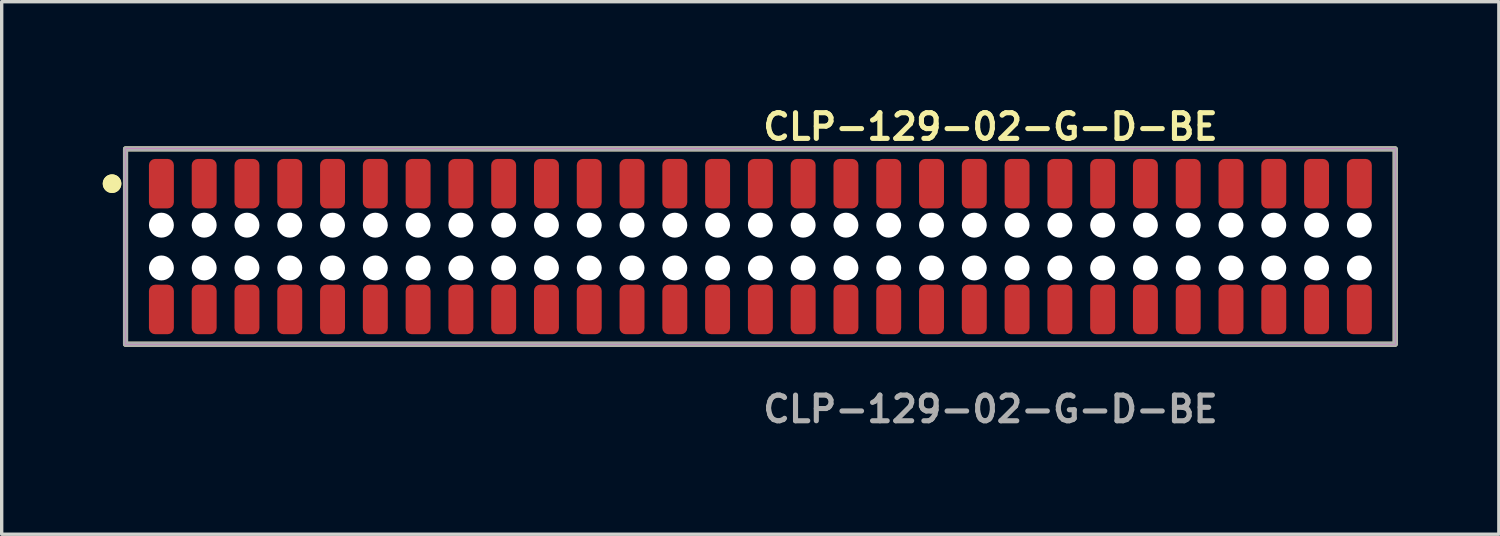
<source format=kicad_pcb>
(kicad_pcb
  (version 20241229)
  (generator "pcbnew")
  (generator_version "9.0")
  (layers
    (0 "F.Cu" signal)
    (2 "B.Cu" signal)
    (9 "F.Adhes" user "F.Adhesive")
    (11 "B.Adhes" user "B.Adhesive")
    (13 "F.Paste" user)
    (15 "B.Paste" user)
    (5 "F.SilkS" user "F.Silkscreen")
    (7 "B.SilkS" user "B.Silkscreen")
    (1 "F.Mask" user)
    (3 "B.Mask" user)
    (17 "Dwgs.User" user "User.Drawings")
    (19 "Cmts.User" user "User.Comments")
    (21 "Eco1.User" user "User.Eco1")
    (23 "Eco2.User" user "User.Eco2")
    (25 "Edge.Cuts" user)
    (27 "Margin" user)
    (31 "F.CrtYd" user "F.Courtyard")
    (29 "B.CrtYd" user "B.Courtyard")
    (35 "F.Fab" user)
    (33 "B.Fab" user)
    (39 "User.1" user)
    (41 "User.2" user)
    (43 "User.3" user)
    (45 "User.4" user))
  (footprint "CLP-129-02-G-D-BE"
    (layer "F.Cu")
    (at 19.521 4.269)
    (property "Reference" "CLP-129-02-G-D-BE" (at 0 -3.556 0) (unlocked yes) (layer "F.SilkS") (effects (font (size 0.762 0.762) (thickness 0.152)) (justify left)))
    (fp_rect (start -18.845 2.9) (end 18.845 -2.9) (stroke (width 0.152) (type solid)) (fill no) (layer "F.SilkS"))
    (fp_circle (center -19.245 -1.867) (end -19.445 -1.867) (stroke (width 0.152) (type solid)) (fill yes) (layer "F.SilkS"))
    (fp_circle (center -19.245 -1.867) (end -19.445 -1.867) (stroke (width 0.152) (type solid)) (fill yes) (layer "F.SilkS"))
    (fp_rect (start -18.845 2.9) (end 18.845 -2.9) (stroke (width 0.006) (type solid)) (fill no) (layer "F.CrtYd"))
    (fp_rect (start -18.845 2.9) (end 18.845 -2.9) (stroke (width 0.152) (type solid)) (fill no) (layer "F.Fab"))
    (fp_text user "${REFERENCE}" (at 0 4.826 0) (unlocked yes) (layer "F.Fab") (effects (font (size 0.762 0.762) (thickness 0.152)) (justify left)))
    (pad "" np_thru_hole circle (at -17.78 -0.635) (size 0.74 0.74) (drill 0.74) (layers "*.Cu" "*.Mask"))
    (pad "" np_thru_hole circle (at -17.78 0.635) (size 0.74 0.74) (drill 0.74) (layers "*.Cu" "*.Mask"))
    (pad "" np_thru_hole circle (at -16.51 -0.635) (size 0.74 0.74) (drill 0.74) (layers "*.Cu" "*.Mask"))
    (pad "" np_thru_hole circle (at -16.51 0.635) (size 0.74 0.74) (drill 0.74) (layers "*.Cu" "*.Mask"))
    (pad "" np_thru_hole circle (at -15.24 -0.635) (size 0.74 0.74) (drill 0.74) (layers "*.Cu" "*.Mask"))
    (pad "" np_thru_hole circle (at -15.24 0.635) (size 0.74 0.74) (drill 0.74) (layers "*.Cu" "*.Mask"))
    (pad "" np_thru_hole circle (at -13.97 -0.635) (size 0.74 0.74) (drill 0.74) (layers "*.Cu" "*.Mask"))
    (pad "" np_thru_hole circle (at -13.97 0.635) (size 0.74 0.74) (drill 0.74) (layers "*.Cu" "*.Mask"))
    (pad "" np_thru_hole circle (at -12.7 -0.635) (size 0.74 0.74) (drill 0.74) (layers "*.Cu" "*.Mask"))
    (pad "" np_thru_hole circle (at -12.7 0.635) (size 0.74 0.74) (drill 0.74) (layers "*.Cu" "*.Mask"))
    (pad "" np_thru_hole circle (at -11.43 -0.635) (size 0.74 0.74) (drill 0.74) (layers "*.Cu" "*.Mask"))
    (pad "" np_thru_hole circle (at -11.43 0.635) (size 0.74 0.74) (drill 0.74) (layers "*.Cu" "*.Mask"))
    (pad "" np_thru_hole circle (at -10.16 -0.635) (size 0.74 0.74) (drill 0.74) (layers "*.Cu" "*.Mask"))
    (pad "" np_thru_hole circle (at -10.16 0.635) (size 0.74 0.74) (drill 0.74) (layers "*.Cu" "*.Mask"))
    (pad "" np_thru_hole circle (at -8.89 -0.635) (size 0.74 0.74) (drill 0.74) (layers "*.Cu" "*.Mask"))
    (pad "" np_thru_hole circle (at -8.89 0.635) (size 0.74 0.74) (drill 0.74) (layers "*.Cu" "*.Mask"))
    (pad "" np_thru_hole circle (at -7.62 -0.635) (size 0.74 0.74) (drill 0.74) (layers "*.Cu" "*.Mask"))
    (pad "" np_thru_hole circle (at -7.62 0.635) (size 0.74 0.74) (drill 0.74) (layers "*.Cu" "*.Mask"))
    (pad "" np_thru_hole circle (at -6.35 -0.635) (size 0.74 0.74) (drill 0.74) (layers "*.Cu" "*.Mask"))
    (pad "" np_thru_hole circle (at -6.35 0.635) (size 0.74 0.74) (drill 0.74) (layers "*.Cu" "*.Mask"))
    (pad "" np_thru_hole circle (at -5.08 -0.635) (size 0.74 0.74) (drill 0.74) (layers "*.Cu" "*.Mask"))
    (pad "" np_thru_hole circle (at -5.08 0.635) (size 0.74 0.74) (drill 0.74) (layers "*.Cu" "*.Mask"))
    (pad "" np_thru_hole circle (at -3.81 -0.635) (size 0.74 0.74) (drill 0.74) (layers "*.Cu" "*.Mask"))
    (pad "" np_thru_hole circle (at -3.81 0.635) (size 0.74 0.74) (drill 0.74) (layers "*.Cu" "*.Mask"))
    (pad "" np_thru_hole circle (at -2.54 -0.635) (size 0.74 0.74) (drill 0.74) (layers "*.Cu" "*.Mask"))
    (pad "" np_thru_hole circle (at -2.54 0.635) (size 0.74 0.74) (drill 0.74) (layers "*.Cu" "*.Mask"))
    (pad "" np_thru_hole circle (at -1.27 -0.635) (size 0.74 0.74) (drill 0.74) (layers "*.Cu" "*.Mask"))
    (pad "" np_thru_hole circle (at -1.27 0.635) (size 0.74 0.74) (drill 0.74) (layers "*.Cu" "*.Mask"))
    (pad "" np_thru_hole circle (at 0 -0.635) (size 0.74 0.74) (drill 0.74) (layers "*.Cu" "*.Mask"))
    (pad "" np_thru_hole circle (at 0 0.635) (size 0.74 0.74) (drill 0.74) (layers "*.Cu" "*.Mask"))
    (pad "" np_thru_hole circle (at 1.27 -0.635) (size 0.74 0.74) (drill 0.74) (layers "*.Cu" "*.Mask"))
    (pad "" np_thru_hole circle (at 1.27 0.635) (size 0.74 0.74) (drill 0.74) (layers "*.Cu" "*.Mask"))
    (pad "" np_thru_hole circle (at 2.54 -0.635) (size 0.74 0.74) (drill 0.74) (layers "*.Cu" "*.Mask"))
    (pad "" np_thru_hole circle (at 2.54 0.635) (size 0.74 0.74) (drill 0.74) (layers "*.Cu" "*.Mask"))
    (pad "" np_thru_hole circle (at 3.81 -0.635) (size 0.74 0.74) (drill 0.74) (layers "*.Cu" "*.Mask"))
    (pad "" np_thru_hole circle (at 3.81 0.635) (size 0.74 0.74) (drill 0.74) (layers "*.Cu" "*.Mask"))
    (pad "" np_thru_hole circle (at 5.08 -0.635) (size 0.74 0.74) (drill 0.74) (layers "*.Cu" "*.Mask"))
    (pad "" np_thru_hole circle (at 5.08 0.635) (size 0.74 0.74) (drill 0.74) (layers "*.Cu" "*.Mask"))
    (pad "" np_thru_hole circle (at 6.35 -0.635) (size 0.74 0.74) (drill 0.74) (layers "*.Cu" "*.Mask"))
    (pad "" np_thru_hole circle (at 6.35 0.635) (size 0.74 0.74) (drill 0.74) (layers "*.Cu" "*.Mask"))
    (pad "" np_thru_hole circle (at 7.62 -0.635) (size 0.74 0.74) (drill 0.74) (layers "*.Cu" "*.Mask"))
    (pad "" np_thru_hole circle (at 7.62 0.635) (size 0.74 0.74) (drill 0.74) (layers "*.Cu" "*.Mask"))
    (pad "" np_thru_hole circle (at 8.89 -0.635) (size 0.74 0.74) (drill 0.74) (layers "*.Cu" "*.Mask"))
    (pad "" np_thru_hole circle (at 8.89 0.635) (size 0.74 0.74) (drill 0.74) (layers "*.Cu" "*.Mask"))
    (pad "" np_thru_hole circle (at 10.16 -0.635) (size 0.74 0.74) (drill 0.74) (layers "*.Cu" "*.Mask"))
    (pad "" np_thru_hole circle (at 10.16 0.635) (size 0.74 0.74) (drill 0.74) (layers "*.Cu" "*.Mask"))
    (pad "" np_thru_hole circle (at 11.43 -0.635) (size 0.74 0.74) (drill 0.74) (layers "*.Cu" "*.Mask"))
    (pad "" np_thru_hole circle (at 11.43 0.635) (size 0.74 0.74) (drill 0.74) (layers "*.Cu" "*.Mask"))
    (pad "" np_thru_hole circle (at 12.7 -0.635) (size 0.74 0.74) (drill 0.74) (layers "*.Cu" "*.Mask"))
    (pad "" np_thru_hole circle (at 12.7 0.635) (size 0.74 0.74) (drill 0.74) (layers "*.Cu" "*.Mask"))
    (pad "" np_thru_hole circle (at 13.97 -0.635) (size 0.74 0.74) (drill 0.74) (layers "*.Cu" "*.Mask"))
    (pad "" np_thru_hole circle (at 13.97 0.635) (size 0.74 0.74) (drill 0.74) (layers "*.Cu" "*.Mask"))
    (pad "" np_thru_hole circle (at 15.24 -0.635) (size 0.74 0.74) (drill 0.74) (layers "*.Cu" "*.Mask"))
    (pad "" np_thru_hole circle (at 15.24 0.635) (size 0.74 0.74) (drill 0.74) (layers "*.Cu" "*.Mask"))
    (pad "" np_thru_hole circle (at 16.51 -0.635) (size 0.74 0.74) (drill 0.74) (layers "*.Cu" "*.Mask"))
    (pad "" np_thru_hole circle (at 16.51 0.635) (size 0.74 0.74) (drill 0.74) (layers "*.Cu" "*.Mask"))
    (pad "" np_thru_hole circle (at 17.78 -0.635) (size 0.74 0.74) (drill 0.74) (layers "*.Cu" "*.Mask"))
    (pad "" np_thru_hole circle (at 17.78 0.635) (size 0.74 0.74) (drill 0.74) (layers "*.Cu" "*.Mask"))
    (pad "1" smd roundrect (at -17.78 -1.867) (size 0.74 1.47) (layers "F.Cu" "F.Paste") (roundrect_rratio 0.25))
    (pad "2" smd roundrect (at -17.78 1.867) (size 0.74 1.47) (layers "F.Cu" "F.Paste") (roundrect_rratio 0.25))
    (pad "3" smd roundrect (at -16.51 -1.867) (size 0.74 1.47) (layers "F.Cu" "F.Paste") (roundrect_rratio 0.25))
    (pad "4" smd roundrect (at -16.51 1.867) (size 0.74 1.47) (layers "F.Cu" "F.Paste") (roundrect_rratio 0.25))
    (pad "5" smd roundrect (at -15.24 -1.867) (size 0.74 1.47) (layers "F.Cu" "F.Paste") (roundrect_rratio 0.25))
    (pad "6" smd roundrect (at -15.24 1.867) (size 0.74 1.47) (layers "F.Cu" "F.Paste") (roundrect_rratio 0.25))
    (pad "7" smd roundrect (at -13.97 -1.867) (size 0.74 1.47) (layers "F.Cu" "F.Paste") (roundrect_rratio 0.25))
    (pad "8" smd roundrect (at -13.97 1.867) (size 0.74 1.47) (layers "F.Cu" "F.Paste") (roundrect_rratio 0.25))
    (pad "9" smd roundrect (at -12.7 -1.867) (size 0.74 1.47) (layers "F.Cu" "F.Paste") (roundrect_rratio 0.25))
    (pad "10" smd roundrect (at -12.7 1.867) (size 0.74 1.47) (layers "F.Cu" "F.Paste") (roundrect_rratio 0.25))
    (pad "11" smd roundrect (at -11.43 -1.867) (size 0.74 1.47) (layers "F.Cu" "F.Paste") (roundrect_rratio 0.25))
    (pad "12" smd roundrect (at -11.43 1.867) (size 0.74 1.47) (layers "F.Cu" "F.Paste") (roundrect_rratio 0.25))
    (pad "13" smd roundrect (at -10.16 -1.867) (size 0.74 1.47) (layers "F.Cu" "F.Paste") (roundrect_rratio 0.25))
    (pad "14" smd roundrect (at -10.16 1.867) (size 0.74 1.47) (layers "F.Cu" "F.Paste") (roundrect_rratio 0.25))
    (pad "15" smd roundrect (at -8.89 -1.867) (size 0.74 1.47) (layers "F.Cu" "F.Paste") (roundrect_rratio 0.25))
    (pad "16" smd roundrect (at -8.89 1.867) (size 0.74 1.47) (layers "F.Cu" "F.Paste") (roundrect_rratio 0.25))
    (pad "17" smd roundrect (at -7.62 -1.867) (size 0.74 1.47) (layers "F.Cu" "F.Paste") (roundrect_rratio 0.25))
    (pad "18" smd roundrect (at -7.62 1.867) (size 0.74 1.47) (layers "F.Cu" "F.Paste") (roundrect_rratio 0.25))
    (pad "19" smd roundrect (at -6.35 -1.867) (size 0.74 1.47) (layers "F.Cu" "F.Paste") (roundrect_rratio 0.25))
    (pad "20" smd roundrect (at -6.35 1.867) (size 0.74 1.47) (layers "F.Cu" "F.Paste") (roundrect_rratio 0.25))
    (pad "21" smd roundrect (at -5.08 -1.867) (size 0.74 1.47) (layers "F.Cu" "F.Paste") (roundrect_rratio 0.25))
    (pad "22" smd roundrect (at -5.08 1.867) (size 0.74 1.47) (layers "F.Cu" "F.Paste") (roundrect_rratio 0.25))
    (pad "23" smd roundrect (at -3.81 -1.867) (size 0.74 1.47) (layers "F.Cu" "F.Paste") (roundrect_rratio 0.25))
    (pad "24" smd roundrect (at -3.81 1.867) (size 0.74 1.47) (layers "F.Cu" "F.Paste") (roundrect_rratio 0.25))
    (pad "25" smd roundrect (at -2.54 -1.867) (size 0.74 1.47) (layers "F.Cu" "F.Paste") (roundrect_rratio 0.25))
    (pad "26" smd roundrect (at -2.54 1.867) (size 0.74 1.47) (layers "F.Cu" "F.Paste") (roundrect_rratio 0.25))
    (pad "27" smd roundrect (at -1.27 -1.867) (size 0.74 1.47) (layers "F.Cu" "F.Paste") (roundrect_rratio 0.25))
    (pad "28" smd roundrect (at -1.27 1.867) (size 0.74 1.47) (layers "F.Cu" "F.Paste") (roundrect_rratio 0.25))
    (pad "29" smd roundrect (at 0 -1.867) (size 0.74 1.47) (layers "F.Cu" "F.Paste") (roundrect_rratio 0.25))
    (pad "30" smd roundrect (at 0 1.867) (size 0.74 1.47) (layers "F.Cu" "F.Paste") (roundrect_rratio 0.25))
    (pad "31" smd roundrect (at 1.27 -1.867) (size 0.74 1.47) (layers "F.Cu" "F.Paste") (roundrect_rratio 0.25))
    (pad "32" smd roundrect (at 1.27 1.867) (size 0.74 1.47) (layers "F.Cu" "F.Paste") (roundrect_rratio 0.25))
    (pad "33" smd roundrect (at 2.54 -1.867) (size 0.74 1.47) (layers "F.Cu" "F.Paste") (roundrect_rratio 0.25))
    (pad "34" smd roundrect (at 2.54 1.867) (size 0.74 1.47) (layers "F.Cu" "F.Paste") (roundrect_rratio 0.25))
    (pad "35" smd roundrect (at 3.81 -1.867) (size 0.74 1.47) (layers "F.Cu" "F.Paste") (roundrect_rratio 0.25))
    (pad "36" smd roundrect (at 3.81 1.867) (size 0.74 1.47) (layers "F.Cu" "F.Paste") (roundrect_rratio 0.25))
    (pad "37" smd roundrect (at 5.08 -1.867) (size 0.74 1.47) (layers "F.Cu" "F.Paste") (roundrect_rratio 0.25))
    (pad "38" smd roundrect (at 5.08 1.867) (size 0.74 1.47) (layers "F.Cu" "F.Paste") (roundrect_rratio 0.25))
    (pad "39" smd roundrect (at 6.35 -1.867) (size 0.74 1.47) (layers "F.Cu" "F.Paste") (roundrect_rratio 0.25))
    (pad "40" smd roundrect (at 6.35 1.867) (size 0.74 1.47) (layers "F.Cu" "F.Paste") (roundrect_rratio 0.25))
    (pad "41" smd roundrect (at 7.62 -1.867) (size 0.74 1.47) (layers "F.Cu" "F.Paste") (roundrect_rratio 0.25))
    (pad "42" smd roundrect (at 7.62 1.867) (size 0.74 1.47) (layers "F.Cu" "F.Paste") (roundrect_rratio 0.25))
    (pad "43" smd roundrect (at 8.89 -1.867) (size 0.74 1.47) (layers "F.Cu" "F.Paste") (roundrect_rratio 0.25))
    (pad "44" smd roundrect (at 8.89 1.867) (size 0.74 1.47) (layers "F.Cu" "F.Paste") (roundrect_rratio 0.25))
    (pad "45" smd roundrect (at 10.16 -1.867) (size 0.74 1.47) (layers "F.Cu" "F.Paste") (roundrect_rratio 0.25))
    (pad "46" smd roundrect (at 10.16 1.867) (size 0.74 1.47) (layers "F.Cu" "F.Paste") (roundrect_rratio 0.25))
    (pad "47" smd roundrect (at 11.43 -1.867) (size 0.74 1.47) (layers "F.Cu" "F.Paste") (roundrect_rratio 0.25))
    (pad "48" smd roundrect (at 11.43 1.867) (size 0.74 1.47) (layers "F.Cu" "F.Paste") (roundrect_rratio 0.25))
    (pad "49" smd roundrect (at 12.7 -1.867) (size 0.74 1.47) (layers "F.Cu" "F.Paste") (roundrect_rratio 0.25))
    (pad "50" smd roundrect (at 12.7 1.867) (size 0.74 1.47) (layers "F.Cu" "F.Paste") (roundrect_rratio 0.25))
    (pad "51" smd roundrect (at 13.97 -1.867) (size 0.74 1.47) (layers "F.Cu" "F.Paste") (roundrect_rratio 0.25))
    (pad "52" smd roundrect (at 13.97 1.867) (size 0.74 1.47) (layers "F.Cu" "F.Paste") (roundrect_rratio 0.25))
    (pad "53" smd roundrect (at 15.24 -1.867) (size 0.74 1.47) (layers "F.Cu" "F.Paste") (roundrect_rratio 0.25))
    (pad "54" smd roundrect (at 15.24 1.867) (size 0.74 1.47) (layers "F.Cu" "F.Paste") (roundrect_rratio 0.25))
    (pad "55" smd roundrect (at 16.51 -1.867) (size 0.74 1.47) (layers "F.Cu" "F.Paste") (roundrect_rratio 0.25))
    (pad "56" smd roundrect (at 16.51 1.867) (size 0.74 1.47) (layers "F.Cu" "F.Paste") (roundrect_rratio 0.25))
    (pad "57" smd roundrect (at 17.78 -1.867) (size 0.74 1.47) (layers "F.Cu" "F.Paste") (roundrect_rratio 0.25))
    (pad "58" smd roundrect (at 17.78 1.867) (size 0.74 1.47) (layers "F.Cu" "F.Paste") (roundrect_rratio 0.25)))
  (gr_rect
    (start -3 -3)
    (end 41.442 12.808)
    (stroke (width 0.1) (type default))
    (fill no)
    (layer "Edge.Cuts")))
</source>
